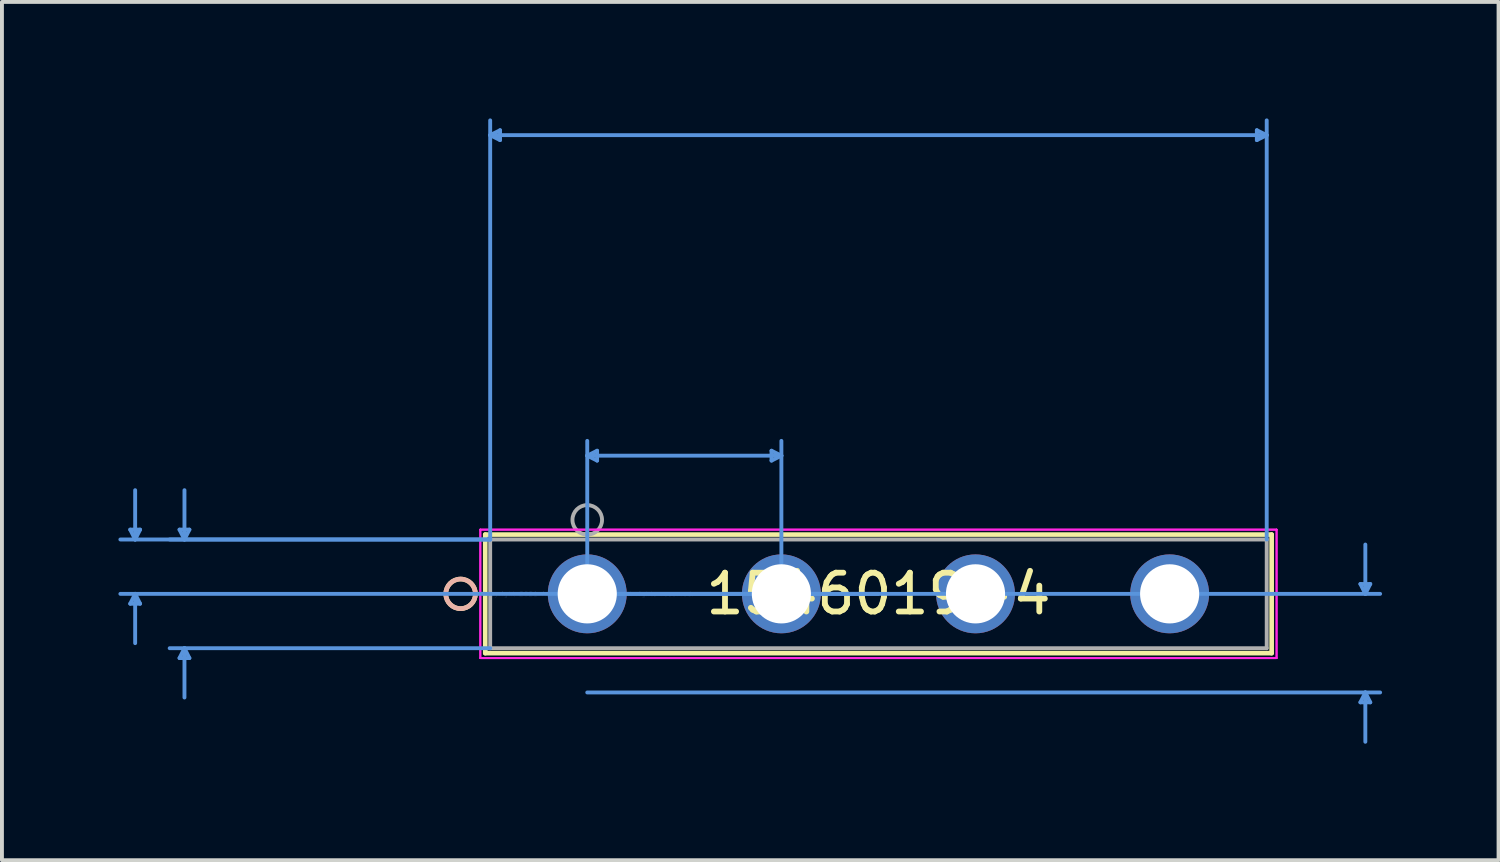
<source format=kicad_pcb>
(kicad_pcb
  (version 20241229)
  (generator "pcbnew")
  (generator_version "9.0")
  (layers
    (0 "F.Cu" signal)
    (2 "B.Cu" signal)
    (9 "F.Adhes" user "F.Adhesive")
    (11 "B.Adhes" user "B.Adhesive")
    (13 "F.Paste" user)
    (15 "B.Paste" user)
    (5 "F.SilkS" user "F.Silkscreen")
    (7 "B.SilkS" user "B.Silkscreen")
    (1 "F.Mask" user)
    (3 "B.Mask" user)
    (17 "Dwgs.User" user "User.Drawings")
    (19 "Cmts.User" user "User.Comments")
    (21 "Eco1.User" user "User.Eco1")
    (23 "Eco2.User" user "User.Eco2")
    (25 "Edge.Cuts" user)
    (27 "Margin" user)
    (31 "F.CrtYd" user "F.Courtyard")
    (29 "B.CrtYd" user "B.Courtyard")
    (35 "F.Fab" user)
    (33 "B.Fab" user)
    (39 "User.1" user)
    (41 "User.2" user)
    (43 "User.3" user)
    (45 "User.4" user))
  (footprint "1546019-4"
    (layer "F.Cu")
    (at 12.075 12.245)
    (property "Reference" "1546019-4" (at 7.5 0 0) (layer "F.SilkS") (effects (font (size 1 1) (thickness 0.15))))
    (attr through_hole)
    (fp_line (start -2.627 -1.527) (end -2.627 1.527) (stroke (width 0.12) (type solid)) (layer "F.SilkS"))
    (fp_line (start -2.627 1.527) (end 17.627 1.527) (stroke (width 0.12) (type solid)) (layer "F.SilkS"))
    (fp_line (start 17.627 -1.527) (end -2.627 -1.527) (stroke (width 0.12) (type solid)) (layer "F.SilkS"))
    (fp_line (start 17.627 1.527) (end 17.627 -1.527) (stroke (width 0.12) (type solid)) (layer "F.SilkS"))
    (fp_circle (center -3.262 0) (end -2.881 0) (stroke (width 0.12) (type solid)) (fill no) (layer "F.SilkS"))
    (fp_circle (center -3.262 0) (end -2.881 0) (stroke (width 0.12) (type solid)) (fill no) (layer "B.SilkS"))
    (fp_line (start -11.771 -1.654) (end -11.517 -1.654) (stroke (width 0.1) (type solid)) (layer "Cmts.User"))
    (fp_line (start -11.771 0.254) (end -11.517 0.254) (stroke (width 0.1) (type solid)) (layer "Cmts.User"))
    (fp_line (start -11.644 -1.4) (end -11.771 -1.654) (stroke (width 0.1) (type solid)) (layer "Cmts.User"))
    (fp_line (start -11.644 -1.4) (end -11.644 -2.67) (stroke (width 0.1) (type solid)) (layer "Cmts.User"))
    (fp_line (start -11.644 -1.4) (end -11.517 -1.654) (stroke (width 0.1) (type solid)) (layer "Cmts.User"))
    (fp_line (start -11.644 0) (end -11.771 0.254) (stroke (width 0.1) (type solid)) (layer "Cmts.User"))
    (fp_line (start -11.644 0) (end -11.644 1.27) (stroke (width 0.1) (type solid)) (layer "Cmts.User"))
    (fp_line (start -11.644 0) (end -11.517 0.254) (stroke (width 0.1) (type solid)) (layer "Cmts.User"))
    (fp_line (start -10.501 -1.654) (end -10.247 -1.654) (stroke (width 0.1) (type solid)) (layer "Cmts.User"))
    (fp_line (start -10.501 1.654) (end -10.247 1.654) (stroke (width 0.1) (type solid)) (layer "Cmts.User"))
    (fp_line (start -10.374 -1.4) (end -10.501 -1.654) (stroke (width 0.1) (type solid)) (layer "Cmts.User"))
    (fp_line (start -10.374 -1.4) (end -10.374 -2.67) (stroke (width 0.1) (type solid)) (layer "Cmts.User"))
    (fp_line (start -10.374 -1.4) (end -10.247 -1.654) (stroke (width 0.1) (type solid)) (layer "Cmts.User"))
    (fp_line (start -10.374 1.4) (end -10.501 1.654) (stroke (width 0.1) (type solid)) (layer "Cmts.User"))
    (fp_line (start -10.374 1.4) (end -10.374 2.67) (stroke (width 0.1) (type solid)) (layer "Cmts.User"))
    (fp_line (start -10.374 1.4) (end -10.247 1.654) (stroke (width 0.1) (type solid)) (layer "Cmts.User"))
    (fp_line (start -2.5 -11.814) (end -2.246 -11.941) (stroke (width 0.1) (type solid)) (layer "Cmts.User"))
    (fp_line (start -2.5 -11.814) (end -2.246 -11.687) (stroke (width 0.1) (type solid)) (layer "Cmts.User"))
    (fp_line (start -2.5 -11.814) (end 17.5 -11.814) (stroke (width 0.1) (type solid)) (layer "Cmts.User"))
    (fp_line (start -2.5 -1.4) (end -12.025 -1.4) (stroke (width 0.1) (type solid)) (layer "Cmts.User"))
    (fp_line (start -2.5 -1.4) (end -10.755 -1.4) (stroke (width 0.1) (type solid)) (layer "Cmts.User"))
    (fp_line (start -2.5 -1.4) (end -2.5 -12.195) (stroke (width 0.1) (type solid)) (layer "Cmts.User"))
    (fp_line (start -2.5 1.4) (end -10.755 1.4) (stroke (width 0.1) (type solid)) (layer "Cmts.User"))
    (fp_line (start -2.246 -11.941) (end -2.246 -11.687) (stroke (width 0.1) (type solid)) (layer "Cmts.User"))
    (fp_line (start 0 -3.559) (end 0.254 -3.686) (stroke (width 0.1) (type solid)) (layer "Cmts.User"))
    (fp_line (start 0 -3.559) (end 0.254 -3.432) (stroke (width 0.1) (type solid)) (layer "Cmts.User"))
    (fp_line (start 0 -3.559) (end 5 -3.559) (stroke (width 0.1) (type solid)) (layer "Cmts.User"))
    (fp_line (start 0 0) (end 0 -3.94) (stroke (width 0.1) (type solid)) (layer "Cmts.User"))
    (fp_line (start 0 0) (end 20.421 0) (stroke (width 0.1) (type solid)) (layer "Cmts.User"))
    (fp_line (start 0 2.54) (end 20.421 2.54) (stroke (width 0.1) (type solid)) (layer "Cmts.User"))
    (fp_line (start 0.254 -3.686) (end 0.254 -3.432) (stroke (width 0.1) (type solid)) (layer "Cmts.User"))
    (fp_line (start 4.746 -3.686) (end 4.746 -3.432) (stroke (width 0.1) (type solid)) (layer "Cmts.User"))
    (fp_line (start 5 -3.559) (end 4.746 -3.686) (stroke (width 0.1) (type solid)) (layer "Cmts.User"))
    (fp_line (start 5 -3.559) (end 4.746 -3.432) (stroke (width 0.1) (type solid)) (layer "Cmts.User"))
    (fp_line (start 5 0) (end 5 -3.94) (stroke (width 0.1) (type solid)) (layer "Cmts.User"))
    (fp_line (start 7.5 0) (end -12.025 0) (stroke (width 0.1) (type solid)) (layer "Cmts.User"))
    (fp_line (start 17.246 -11.941) (end 17.246 -11.687) (stroke (width 0.1) (type solid)) (layer "Cmts.User"))
    (fp_line (start 17.5 -11.814) (end 17.246 -11.941) (stroke (width 0.1) (type solid)) (layer "Cmts.User"))
    (fp_line (start 17.5 -11.814) (end 17.246 -11.687) (stroke (width 0.1) (type solid)) (layer "Cmts.User"))
    (fp_line (start 17.5 -1.4) (end 17.5 -12.195) (stroke (width 0.1) (type solid)) (layer "Cmts.User"))
    (fp_line (start 19.913 -0.254) (end 20.167 -0.254) (stroke (width 0.1) (type solid)) (layer "Cmts.User"))
    (fp_line (start 19.913 2.794) (end 20.167 2.794) (stroke (width 0.1) (type solid)) (layer "Cmts.User"))
    (fp_line (start 20.04 0) (end 19.913 -0.254) (stroke (width 0.1) (type solid)) (layer "Cmts.User"))
    (fp_line (start 20.04 0) (end 20.04 -1.27) (stroke (width 0.1) (type solid)) (layer "Cmts.User"))
    (fp_line (start 20.04 0) (end 20.167 -0.254) (stroke (width 0.1) (type solid)) (layer "Cmts.User"))
    (fp_line (start 20.04 2.54) (end 19.913 2.794) (stroke (width 0.1) (type solid)) (layer "Cmts.User"))
    (fp_line (start 20.04 2.54) (end 20.04 3.81) (stroke (width 0.1) (type solid)) (layer "Cmts.User"))
    (fp_line (start 20.04 2.54) (end 20.167 2.794) (stroke (width 0.1) (type solid)) (layer "Cmts.User"))
    (fp_line (start -2.754 -1.654) (end -2.754 1.654) (stroke (width 0.05) (type solid)) (layer "F.CrtYd"))
    (fp_line (start -2.754 -1.654) (end -2.754 1.654) (stroke (width 0.05) (type solid)) (layer "F.CrtYd"))
    (fp_line (start -2.754 1.654) (end 17.754 1.654) (stroke (width 0.05) (type solid)) (layer "F.CrtYd"))
    (fp_line (start -2.754 1.654) (end 17.754 1.654) (stroke (width 0.05) (type solid)) (layer "F.CrtYd"))
    (fp_line (start 17.754 -1.654) (end -2.754 -1.654) (stroke (width 0.05) (type solid)) (layer "F.CrtYd"))
    (fp_line (start 17.754 -1.654) (end -2.754 -1.654) (stroke (width 0.05) (type solid)) (layer "F.CrtYd"))
    (fp_line (start 17.754 1.654) (end 17.754 -1.654) (stroke (width 0.05) (type solid)) (layer "F.CrtYd"))
    (fp_line (start 17.754 1.654) (end 17.754 -1.654) (stroke (width 0.05) (type solid)) (layer "F.CrtYd"))
    (fp_line (start -2.5 -1.4) (end -2.5 1.4) (stroke (width 0.1) (type solid)) (layer "F.Fab"))
    (fp_line (start -2.5 1.4) (end 17.5 1.4) (stroke (width 0.1) (type solid)) (layer "F.Fab"))
    (fp_line (start 17.5 -1.4) (end -2.5 -1.4) (stroke (width 0.1) (type solid)) (layer "F.Fab"))
    (fp_line (start 17.5 1.4) (end 17.5 -1.4) (stroke (width 0.1) (type solid)) (layer "F.Fab"))
    (fp_circle (center 0 -1.905) (end 0.381 -1.905) (stroke (width 0.1) (type solid)) (fill no) (layer "F.Fab"))
    (fp_text user "*" (at 0 0 0) (layer "F.SilkS") (effects (font (size 1 1) (thickness 0.15))))
    (fp_text user "Copyright 2021 Accelerated Designs. All rights reserved." (at 0 0 0) (layer "Cmts.User") (effects (font (size 0.127 0.127) (thickness 0.002))))
    (fp_text user "*" (at 0 0 0) (layer "F.Fab") (effects (font (size 1 1) (thickness 0.15))))
    (pad "1" thru_hole circle (at 0 0) (size 2.032 2.032) (drill 1.524) (layers "*.Cu" "*.Mask"))
    (pad "2" thru_hole circle (at 5 0) (size 2.032 2.032) (drill 1.524) (layers "*.Cu" "*.Mask"))
    (pad "3" thru_hole circle (at 10 0) (size 2.032 2.032) (drill 1.524) (layers "*.Cu" "*.Mask"))
    (pad "4" thru_hole circle (at 15 0) (size 2.032 2.032) (drill 1.524) (layers "*.Cu" "*.Mask")))
  (gr_rect
    (start -3 -3)
    (end 35.546 19.105)
    (stroke (width 0.1) (type default))
    (fill no)
    (layer "Edge.Cuts")))
</source>
